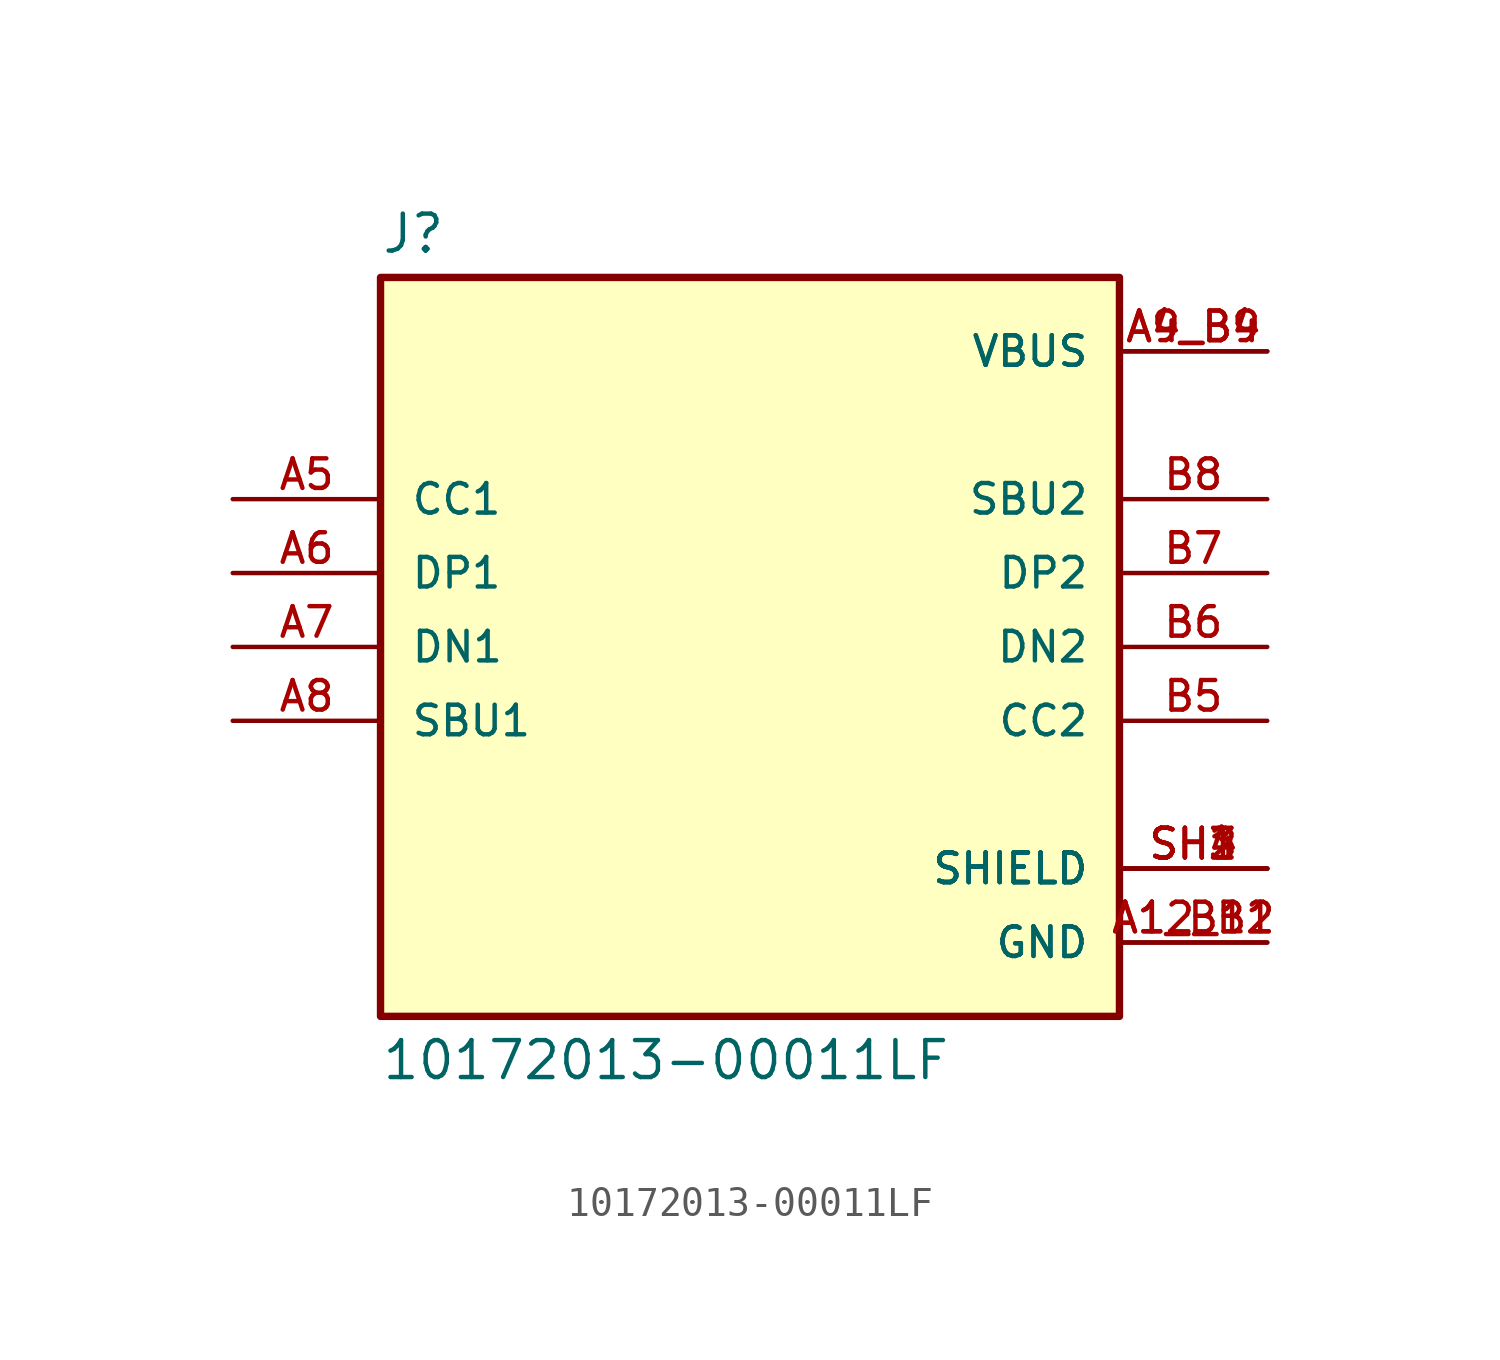
<source format=kicad_sym>
(kicad_symbol_lib
  (version 20211014)
  (generator kicad_symbol_editor)
  (symbol "10172013-00011LF"
    (pin_names
      (offset 1.016))
    (property "Reference" "J"
      (at -12.7 13.462 0)
      (effects (font (size 1.27 1.27)) (justify bottom left)))
    (property "Value" "10172013-00011LF"
      (at -12.7 -13.462 0.0)
      (effects (font (size 1.27 1.27)) (justify top left)))
    (symbol "10172013-00011LF_0_0"
      (rectangle (start -12.7 -12.7) (end 12.7 12.7) (stroke (width 0.254)) (fill (type background)))
      (pin power_in line (at 17.78 -10.16 180.0) (length 5.08) (name "GND" (effects (font (size 1.016 1.016)))) (number "A1_B12" (effects (font (size 1.016 1.016)))))
      (pin power_in line (at 17.78 -10.16 180.0) (length 5.08) (name "GND" (effects (font (size 1.016 1.016)))) (number "A12_B1" (effects (font (size 1.016 1.016)))))
      (pin power_in line (at 17.78 10.16 180.0) (length 5.08) (name "VBUS" (effects (font (size 1.016 1.016)))) (number "A4_B9" (effects (font (size 1.016 1.016)))))
      (pin power_in line (at 17.78 10.16 180.0) (length 5.08) (name "VBUS" (effects (font (size 1.016 1.016)))) (number "A9_B4" (effects (font (size 1.016 1.016)))))
      (pin bidirectional line (at -17.78 2.54 0) (length 5.08) (name "DP1" (effects (font (size 1.016 1.016)))) (number "A6" (effects (font (size 1.016 1.016)))))
      (pin bidirectional line (at -17.78 5.08 0) (length 5.08) (name "CC1" (effects (font (size 1.016 1.016)))) (number "A5" (effects (font (size 1.016 1.016)))))
      (pin bidirectional line (at -17.78 -2.54 0) (length 5.08) (name "SBU1" (effects (font (size 1.016 1.016)))) (number "A8" (effects (font (size 1.016 1.016)))))
      (pin bidirectional line (at -17.78 0.0 0) (length 5.08) (name "DN1" (effects (font (size 1.016 1.016)))) (number "A7" (effects (font (size 1.016 1.016)))))
      (pin passive line (at 17.78 -7.62 180.0) (length 5.08) (name "SHIELD" (effects (font (size 1.016 1.016)))) (number "SH1" (effects (font (size 1.016 1.016)))))
      (pin passive line (at 17.78 -7.62 180.0) (length 5.08) (name "SHIELD" (effects (font (size 1.016 1.016)))) (number "SH2" (effects (font (size 1.016 1.016)))))
      (pin passive line (at 17.78 -7.62 180.0) (length 5.08) (name "SHIELD" (effects (font (size 1.016 1.016)))) (number "SH3" (effects (font (size 1.016 1.016)))))
      (pin passive line (at 17.78 -7.62 180.0) (length 5.08) (name "SHIELD" (effects (font (size 1.016 1.016)))) (number "SH4" (effects (font (size 1.016 1.016)))))
      (pin bidirectional line (at 17.78 -2.54 180.0) (length 5.08) (name "CC2" (effects (font (size 1.016 1.016)))) (number "B5" (effects (font (size 1.016 1.016)))))
      (pin bidirectional line (at 17.78 5.08 180.0) (length 5.08) (name "SBU2" (effects (font (size 1.016 1.016)))) (number "B8" (effects (font (size 1.016 1.016)))))
      (pin bidirectional line (at 17.78 0.0 180.0) (length 5.08) (name "DN2" (effects (font (size 1.016 1.016)))) (number "B6" (effects (font (size 1.016 1.016)))))
      (pin bidirectional line (at 17.78 2.54 180.0) (length 5.08) (name "DP2" (effects (font (size 1.016 1.016)))) (number "B7" (effects (font (size 1.016 1.016))))))))
</source>
